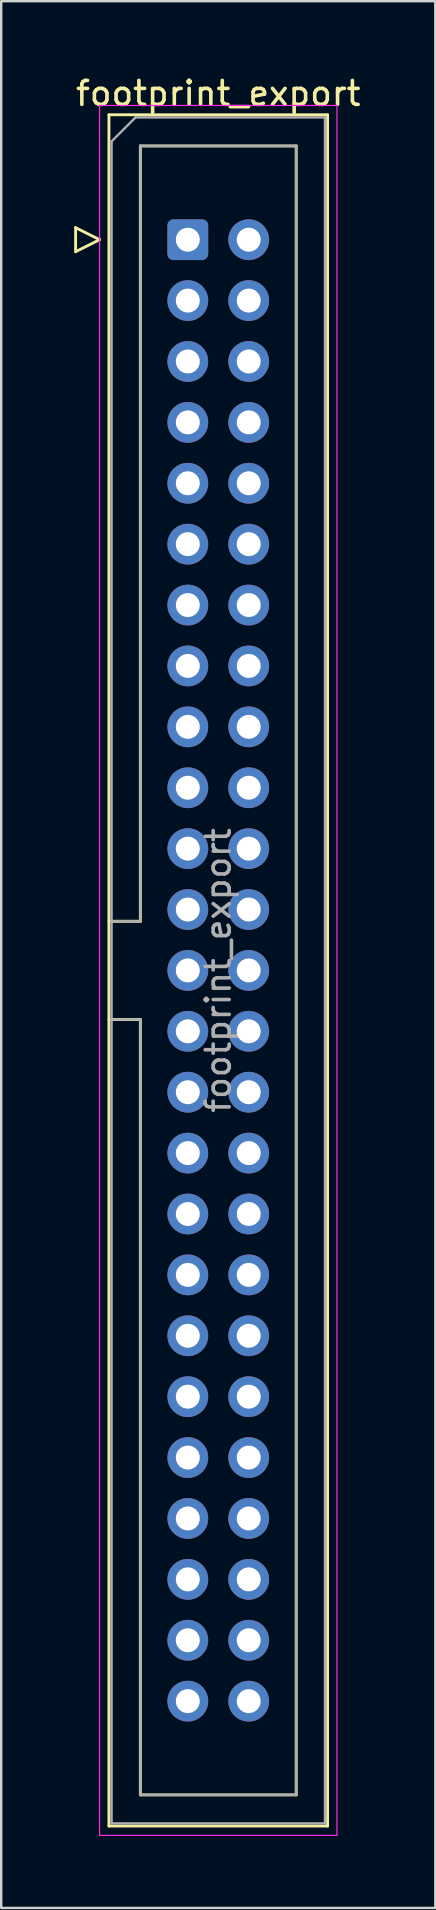
<source format=kicad_pcb>
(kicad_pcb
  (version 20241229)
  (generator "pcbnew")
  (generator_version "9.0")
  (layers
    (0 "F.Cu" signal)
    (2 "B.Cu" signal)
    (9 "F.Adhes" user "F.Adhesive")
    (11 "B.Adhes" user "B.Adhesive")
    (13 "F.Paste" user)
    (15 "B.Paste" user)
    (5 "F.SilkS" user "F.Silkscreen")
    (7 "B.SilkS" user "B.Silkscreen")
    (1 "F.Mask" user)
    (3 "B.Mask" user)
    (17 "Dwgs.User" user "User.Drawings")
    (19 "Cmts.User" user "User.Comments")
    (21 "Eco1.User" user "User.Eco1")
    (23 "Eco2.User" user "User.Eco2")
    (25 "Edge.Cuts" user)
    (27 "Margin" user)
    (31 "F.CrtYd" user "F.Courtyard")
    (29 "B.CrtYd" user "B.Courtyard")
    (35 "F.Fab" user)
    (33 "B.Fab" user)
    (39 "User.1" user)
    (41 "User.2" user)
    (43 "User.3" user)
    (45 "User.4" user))
  (footprint "footprint_export"
    (layer "F.Cu")
    (at 4.784 6.948)
    (property "Reference" "footprint_export" (at 1.27 -6.1 0) (layer "F.SilkS") (effects (font (size 1 1) (thickness 0.15))))
    (attr through_hole)
    (fp_line (start -4.68 -0.5) (end -4.68 0.5) (stroke (width 0.12) (type solid)) (layer "F.SilkS"))
    (fp_line (start -4.68 0.5) (end -3.68 0) (stroke (width 0.12) (type solid)) (layer "F.SilkS"))
    (fp_line (start -3.68 0) (end -4.68 -0.5) (stroke (width 0.12) (type solid)) (layer "F.SilkS"))
    (fp_line (start -3.29 -5.21) (end 5.83 -5.21) (stroke (width 0.12) (type solid)) (layer "F.SilkS"))
    (fp_line (start -3.29 28.43) (end -1.98 28.43) (stroke (width 0.12) (type solid)) (layer "F.SilkS"))
    (fp_line (start -3.29 66.17) (end -3.29 -5.21) (stroke (width 0.12) (type solid)) (layer "F.SilkS"))
    (fp_line (start -1.98 -3.91) (end 4.52 -3.91) (stroke (width 0.12) (type solid)) (layer "F.SilkS"))
    (fp_line (start -1.98 28.43) (end -1.98 -3.91) (stroke (width 0.12) (type solid)) (layer "F.SilkS"))
    (fp_line (start -1.98 32.53) (end -3.29 32.53) (stroke (width 0.12) (type solid)) (layer "F.SilkS"))
    (fp_line (start -1.98 32.53) (end -1.98 32.53) (stroke (width 0.12) (type solid)) (layer "F.SilkS"))
    (fp_line (start -1.98 64.87) (end -1.98 32.53) (stroke (width 0.12) (type solid)) (layer "F.SilkS"))
    (fp_line (start 4.52 -3.91) (end 4.52 64.87) (stroke (width 0.12) (type solid)) (layer "F.SilkS"))
    (fp_line (start 4.52 64.87) (end -1.98 64.87) (stroke (width 0.12) (type solid)) (layer "F.SilkS"))
    (fp_line (start 5.83 -5.21) (end 5.83 66.17) (stroke (width 0.12) (type solid)) (layer "F.SilkS"))
    (fp_line (start 5.83 66.17) (end -3.29 66.17) (stroke (width 0.12) (type solid)) (layer "F.SilkS"))
    (fp_line (start -3.68 -5.6) (end -3.68 66.56) (stroke (width 0.05) (type solid)) (layer "F.CrtYd"))
    (fp_line (start -3.68 66.56) (end 6.22 66.56) (stroke (width 0.05) (type solid)) (layer "F.CrtYd"))
    (fp_line (start 6.22 -5.6) (end -3.68 -5.6) (stroke (width 0.05) (type solid)) (layer "F.CrtYd"))
    (fp_line (start 6.22 66.56) (end 6.22 -5.6) (stroke (width 0.05) (type solid)) (layer "F.CrtYd"))
    (fp_line (start -3.18 -4.1) (end -2.18 -5.1) (stroke (width 0.1) (type solid)) (layer "F.Fab"))
    (fp_line (start -3.18 28.43) (end -1.98 28.43) (stroke (width 0.1) (type solid)) (layer "F.Fab"))
    (fp_line (start -3.18 66.06) (end -3.18 -4.1) (stroke (width 0.1) (type solid)) (layer "F.Fab"))
    (fp_line (start -2.18 -5.1) (end 5.72 -5.1) (stroke (width 0.1) (type solid)) (layer "F.Fab"))
    (fp_line (start -1.98 -3.91) (end 4.52 -3.91) (stroke (width 0.1) (type solid)) (layer "F.Fab"))
    (fp_line (start -1.98 28.43) (end -1.98 -3.91) (stroke (width 0.1) (type solid)) (layer "F.Fab"))
    (fp_line (start -1.98 32.53) (end -3.18 32.53) (stroke (width 0.1) (type solid)) (layer "F.Fab"))
    (fp_line (start -1.98 32.53) (end -1.98 32.53) (stroke (width 0.1) (type solid)) (layer "F.Fab"))
    (fp_line (start -1.98 64.87) (end -1.98 32.53) (stroke (width 0.1) (type solid)) (layer "F.Fab"))
    (fp_line (start 4.52 -3.91) (end 4.52 64.87) (stroke (width 0.1) (type solid)) (layer "F.Fab"))
    (fp_line (start 4.52 64.87) (end -1.98 64.87) (stroke (width 0.1) (type solid)) (layer "F.Fab"))
    (fp_line (start 5.72 -5.1) (end 5.72 66.06) (stroke (width 0.1) (type solid)) (layer "F.Fab"))
    (fp_line (start 5.72 66.06) (end -3.18 66.06) (stroke (width 0.1) (type solid)) (layer "F.Fab"))
    (fp_text user "${REFERENCE}" (at 1.27 30.48 90) (layer "F.Fab") (effects (font (size 1 1) (thickness 0.15))))
    (pad "1" thru_hole roundrect (at 0 0) (size 1.7 1.7) (drill 1) (layers "*.Cu" "*.Mask") (roundrect_rratio 0.147))
    (pad "2" thru_hole circle (at 2.54 0) (size 1.7 1.7) (drill 1) (layers "*.Cu" "*.Mask"))
    (pad "3" thru_hole circle (at 0 2.54) (size 1.7 1.7) (drill 1) (layers "*.Cu" "*.Mask"))
    (pad "4" thru_hole circle (at 2.54 2.54) (size 1.7 1.7) (drill 1) (layers "*.Cu" "*.Mask"))
    (pad "5" thru_hole circle (at 0 5.08) (size 1.7 1.7) (drill 1) (layers "*.Cu" "*.Mask"))
    (pad "6" thru_hole circle (at 2.54 5.08) (size 1.7 1.7) (drill 1) (layers "*.Cu" "*.Mask"))
    (pad "7" thru_hole circle (at 0 7.62) (size 1.7 1.7) (drill 1) (layers "*.Cu" "*.Mask"))
    (pad "8" thru_hole circle (at 2.54 7.62) (size 1.7 1.7) (drill 1) (layers "*.Cu" "*.Mask"))
    (pad "9" thru_hole circle (at 0 10.16) (size 1.7 1.7) (drill 1) (layers "*.Cu" "*.Mask"))
    (pad "10" thru_hole circle (at 2.54 10.16) (size 1.7 1.7) (drill 1) (layers "*.Cu" "*.Mask"))
    (pad "11" thru_hole circle (at 0 12.7) (size 1.7 1.7) (drill 1) (layers "*.Cu" "*.Mask"))
    (pad "12" thru_hole circle (at 2.54 12.7) (size 1.7 1.7) (drill 1) (layers "*.Cu" "*.Mask"))
    (pad "13" thru_hole circle (at 0 15.24) (size 1.7 1.7) (drill 1) (layers "*.Cu" "*.Mask"))
    (pad "14" thru_hole circle (at 2.54 15.24) (size 1.7 1.7) (drill 1) (layers "*.Cu" "*.Mask"))
    (pad "15" thru_hole circle (at 0 17.78) (size 1.7 1.7) (drill 1) (layers "*.Cu" "*.Mask"))
    (pad "16" thru_hole circle (at 2.54 17.78) (size 1.7 1.7) (drill 1) (layers "*.Cu" "*.Mask"))
    (pad "17" thru_hole circle (at 0 20.32) (size 1.7 1.7) (drill 1) (layers "*.Cu" "*.Mask"))
    (pad "18" thru_hole circle (at 2.54 20.32) (size 1.7 1.7) (drill 1) (layers "*.Cu" "*.Mask"))
    (pad "19" thru_hole circle (at 0 22.86) (size 1.7 1.7) (drill 1) (layers "*.Cu" "*.Mask"))
    (pad "20" thru_hole circle (at 2.54 22.86) (size 1.7 1.7) (drill 1) (layers "*.Cu" "*.Mask"))
    (pad "21" thru_hole circle (at 0 25.4) (size 1.7 1.7) (drill 1) (layers "*.Cu" "*.Mask"))
    (pad "22" thru_hole circle (at 2.54 25.4) (size 1.7 1.7) (drill 1) (layers "*.Cu" "*.Mask"))
    (pad "23" thru_hole circle (at 0 27.94) (size 1.7 1.7) (drill 1) (layers "*.Cu" "*.Mask"))
    (pad "24" thru_hole circle (at 2.54 27.94) (size 1.7 1.7) (drill 1) (layers "*.Cu" "*.Mask"))
    (pad "25" thru_hole circle (at 0 30.48) (size 1.7 1.7) (drill 1) (layers "*.Cu" "*.Mask"))
    (pad "26" thru_hole circle (at 2.54 30.48) (size 1.7 1.7) (drill 1) (layers "*.Cu" "*.Mask"))
    (pad "27" thru_hole circle (at 0 33.02) (size 1.7 1.7) (drill 1) (layers "*.Cu" "*.Mask"))
    (pad "28" thru_hole circle (at 2.54 33.02) (size 1.7 1.7) (drill 1) (layers "*.Cu" "*.Mask"))
    (pad "29" thru_hole circle (at 0 35.56) (size 1.7 1.7) (drill 1) (layers "*.Cu" "*.Mask"))
    (pad "30" thru_hole circle (at 2.54 35.56) (size 1.7 1.7) (drill 1) (layers "*.Cu" "*.Mask"))
    (pad "31" thru_hole circle (at 0 38.1) (size 1.7 1.7) (drill 1) (layers "*.Cu" "*.Mask"))
    (pad "32" thru_hole circle (at 2.54 38.1) (size 1.7 1.7) (drill 1) (layers "*.Cu" "*.Mask"))
    (pad "33" thru_hole circle (at 0 40.64) (size 1.7 1.7) (drill 1) (layers "*.Cu" "*.Mask"))
    (pad "34" thru_hole circle (at 2.54 40.64) (size 1.7 1.7) (drill 1) (layers "*.Cu" "*.Mask"))
    (pad "35" thru_hole circle (at 0 43.18) (size 1.7 1.7) (drill 1) (layers "*.Cu" "*.Mask"))
    (pad "36" thru_hole circle (at 2.54 43.18) (size 1.7 1.7) (drill 1) (layers "*.Cu" "*.Mask"))
    (pad "37" thru_hole circle (at 0 45.72) (size 1.7 1.7) (drill 1) (layers "*.Cu" "*.Mask"))
    (pad "38" thru_hole circle (at 2.54 45.72) (size 1.7 1.7) (drill 1) (layers "*.Cu" "*.Mask"))
    (pad "39" thru_hole circle (at 0 48.26) (size 1.7 1.7) (drill 1) (layers "*.Cu" "*.Mask"))
    (pad "40" thru_hole circle (at 2.54 48.26) (size 1.7 1.7) (drill 1) (layers "*.Cu" "*.Mask"))
    (pad "41" thru_hole circle (at 0 50.8) (size 1.7 1.7) (drill 1) (layers "*.Cu" "*.Mask"))
    (pad "42" thru_hole circle (at 2.54 50.8) (size 1.7 1.7) (drill 1) (layers "*.Cu" "*.Mask"))
    (pad "43" thru_hole circle (at 0 53.34) (size 1.7 1.7) (drill 1) (layers "*.Cu" "*.Mask"))
    (pad "44" thru_hole circle (at 2.54 53.34) (size 1.7 1.7) (drill 1) (layers "*.Cu" "*.Mask"))
    (pad "45" thru_hole circle (at 0 55.88) (size 1.7 1.7) (drill 1) (layers "*.Cu" "*.Mask"))
    (pad "46" thru_hole circle (at 2.54 55.88) (size 1.7 1.7) (drill 1) (layers "*.Cu" "*.Mask"))
    (pad "47" thru_hole circle (at 0 58.42) (size 1.7 1.7) (drill 1) (layers "*.Cu" "*.Mask"))
    (pad "48" thru_hole circle (at 2.54 58.42) (size 1.7 1.7) (drill 1) (layers "*.Cu" "*.Mask"))
    (pad "49" thru_hole circle (at 0 60.96) (size 1.7 1.7) (drill 1) (layers "*.Cu" "*.Mask"))
    (pad "50" thru_hole circle (at 2.54 60.96) (size 1.7 1.7) (drill 1) (layers "*.Cu" "*.Mask")))
  (gr_rect
    (start -3 -3)
    (end 15.107 76.533)
    (stroke (width 0.1) (type default))
    (fill no)
    (layer "Edge.Cuts")))
</source>
